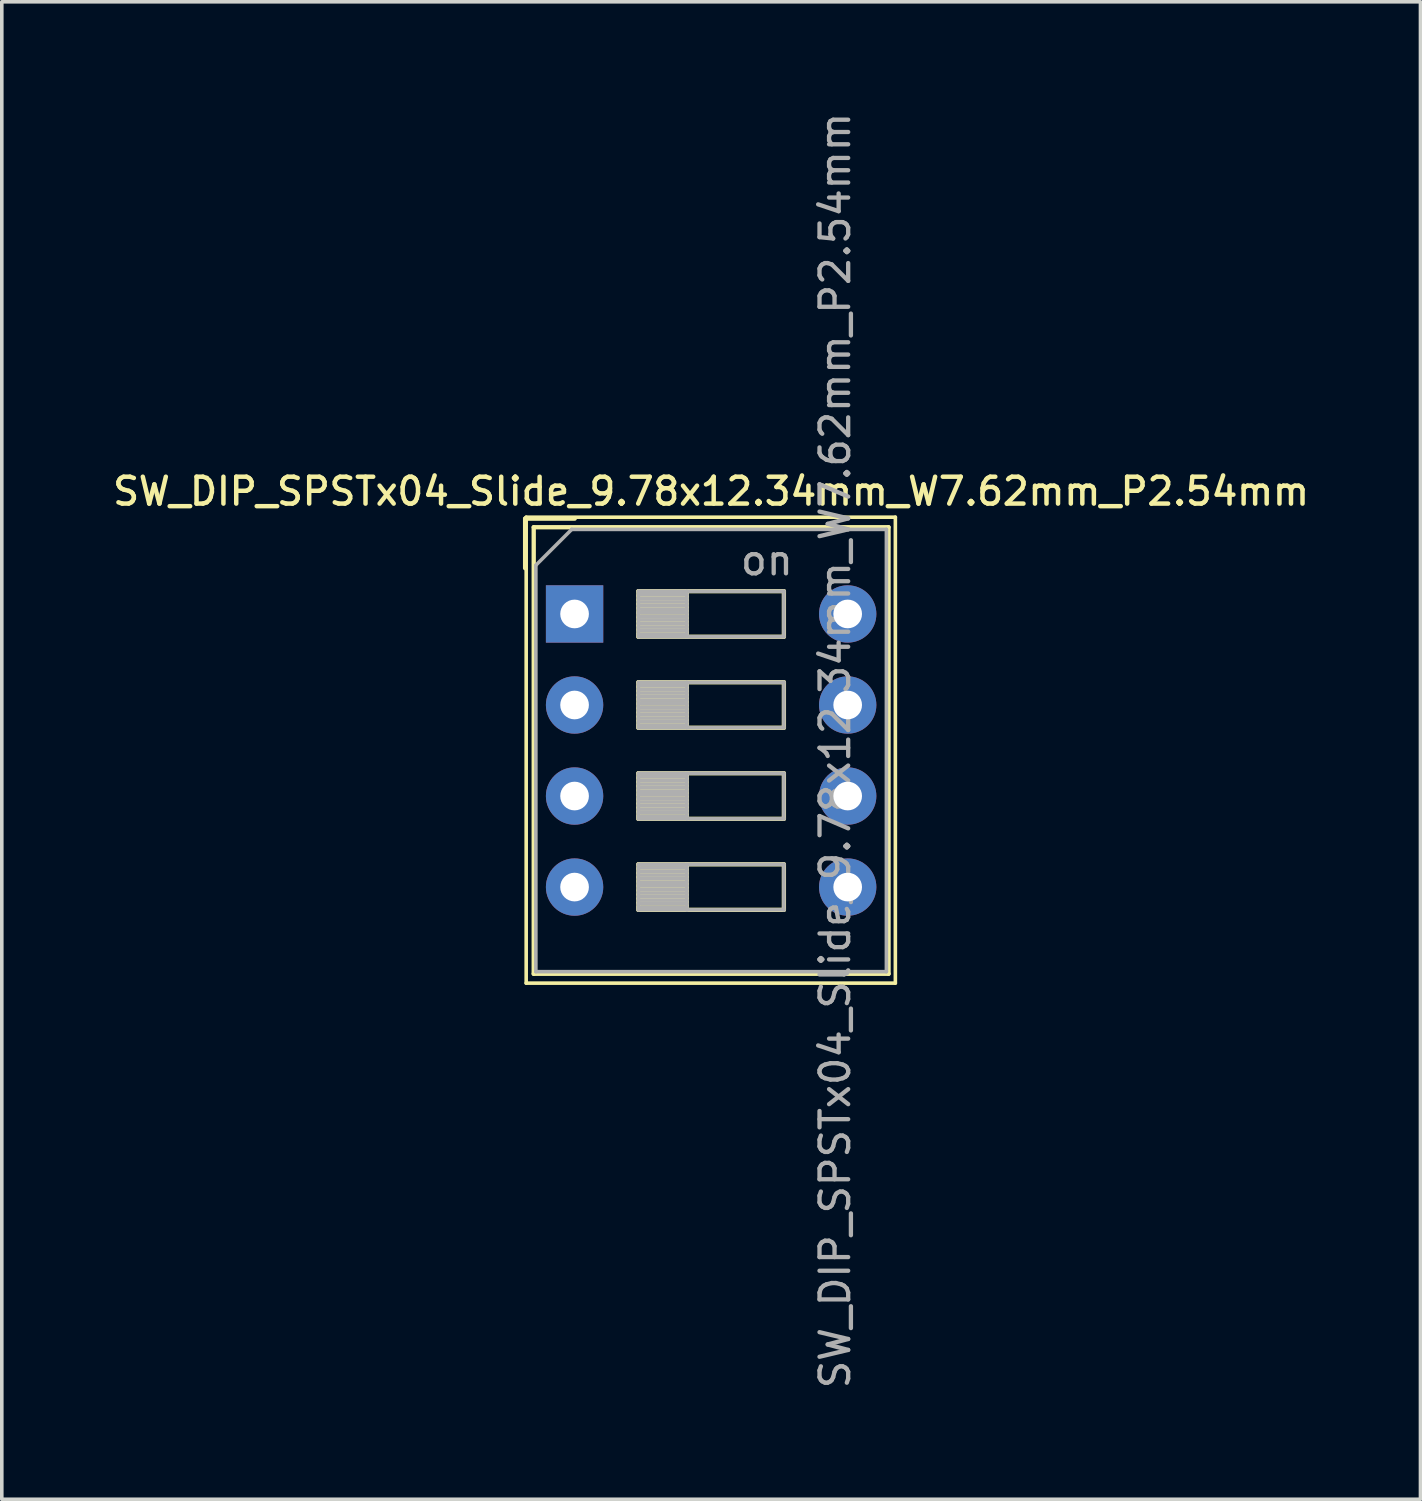
<source format=kicad_pcb>
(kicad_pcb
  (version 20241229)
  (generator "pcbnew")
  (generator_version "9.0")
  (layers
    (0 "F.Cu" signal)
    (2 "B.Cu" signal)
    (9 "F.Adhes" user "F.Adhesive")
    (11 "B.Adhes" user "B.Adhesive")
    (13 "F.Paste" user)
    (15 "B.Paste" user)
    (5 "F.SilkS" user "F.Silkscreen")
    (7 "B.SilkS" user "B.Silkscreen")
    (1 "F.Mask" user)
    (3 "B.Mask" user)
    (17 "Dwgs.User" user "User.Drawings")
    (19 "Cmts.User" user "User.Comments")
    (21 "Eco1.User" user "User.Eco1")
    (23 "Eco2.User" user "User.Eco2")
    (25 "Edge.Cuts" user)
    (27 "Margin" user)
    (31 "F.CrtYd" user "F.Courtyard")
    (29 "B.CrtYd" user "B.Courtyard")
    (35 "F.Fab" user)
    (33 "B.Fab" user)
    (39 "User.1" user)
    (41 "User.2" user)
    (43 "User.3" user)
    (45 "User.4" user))
  (footprint "SW_DIP_SPSTx04_Slide_9.78x12.34mm_W7.62mm_P2.54mm"
    (layer "F.Cu")
    (at 12.981 14.08)
    (property "Reference" "SW_DIP_SPSTx04_Slide_9.78x12.34mm_W7.62mm_P2.54mm" (at 3.81 -3.42 0) (layer "F.SilkS") (effects (font (size 0.75 0.75) (thickness 0.125))))
    (attr through_hole)
    (fp_line (start -1.38 -2.66) (end -1.38 -1.277) (stroke (width 0.12) (type solid)) (layer "F.SilkS"))
    (fp_line (start -1.38 -2.66) (end 0.004 -2.66) (stroke (width 0.12) (type solid)) (layer "F.SilkS"))
    (fp_line (start -1.35 -2.7) (end -1.35 10.3) (stroke (width 0.1) (type solid)) (layer "F.SilkS"))
    (fp_line (start -1.35 10.3) (end 8.95 10.3) (stroke (width 0.1) (type solid)) (layer "F.SilkS"))
    (fp_line (start -1.14 -2.42) (end -1.14 10.04) (stroke (width 0.12) (type solid)) (layer "F.SilkS"))
    (fp_line (start -1.14 -2.42) (end 8.76 -2.42) (stroke (width 0.12) (type solid)) (layer "F.SilkS"))
    (fp_line (start -1.14 10.04) (end 8.76 10.04) (stroke (width 0.12) (type solid)) (layer "F.SilkS"))
    (fp_line (start 1.78 -0.635) (end 1.78 0.635) (stroke (width 0.12) (type solid)) (layer "F.SilkS"))
    (fp_line (start 1.78 -0.515) (end 3.133 -0.515) (stroke (width 0.12) (type solid)) (layer "F.SilkS"))
    (fp_line (start 1.78 -0.395) (end 3.133 -0.395) (stroke (width 0.12) (type solid)) (layer "F.SilkS"))
    (fp_line (start 1.78 -0.275) (end 3.133 -0.275) (stroke (width 0.12) (type solid)) (layer "F.SilkS"))
    (fp_line (start 1.78 -0.155) (end 3.133 -0.155) (stroke (width 0.12) (type solid)) (layer "F.SilkS"))
    (fp_line (start 1.78 -0.035) (end 3.133 -0.035) (stroke (width 0.12) (type solid)) (layer "F.SilkS"))
    (fp_line (start 1.78 0.085) (end 3.133 0.085) (stroke (width 0.12) (type solid)) (layer "F.SilkS"))
    (fp_line (start 1.78 0.205) (end 3.133 0.205) (stroke (width 0.12) (type solid)) (layer "F.SilkS"))
    (fp_line (start 1.78 0.325) (end 3.133 0.325) (stroke (width 0.12) (type solid)) (layer "F.SilkS"))
    (fp_line (start 1.78 0.445) (end 3.133 0.445) (stroke (width 0.12) (type solid)) (layer "F.SilkS"))
    (fp_line (start 1.78 0.565) (end 3.133 0.565) (stroke (width 0.12) (type solid)) (layer "F.SilkS"))
    (fp_line (start 1.78 0.635) (end 5.84 0.635) (stroke (width 0.12) (type solid)) (layer "F.SilkS"))
    (fp_line (start 1.78 1.905) (end 1.78 3.175) (stroke (width 0.12) (type solid)) (layer "F.SilkS"))
    (fp_line (start 1.78 2.025) (end 3.133 2.025) (stroke (width 0.12) (type solid)) (layer "F.SilkS"))
    (fp_line (start 1.78 2.145) (end 3.133 2.145) (stroke (width 0.12) (type solid)) (layer "F.SilkS"))
    (fp_line (start 1.78 2.265) (end 3.133 2.265) (stroke (width 0.12) (type solid)) (layer "F.SilkS"))
    (fp_line (start 1.78 2.385) (end 3.133 2.385) (stroke (width 0.12) (type solid)) (layer "F.SilkS"))
    (fp_line (start 1.78 2.505) (end 3.133 2.505) (stroke (width 0.12) (type solid)) (layer "F.SilkS"))
    (fp_line (start 1.78 2.625) (end 3.133 2.625) (stroke (width 0.12) (type solid)) (layer "F.SilkS"))
    (fp_line (start 1.78 2.745) (end 3.133 2.745) (stroke (width 0.12) (type solid)) (layer "F.SilkS"))
    (fp_line (start 1.78 2.865) (end 3.133 2.865) (stroke (width 0.12) (type solid)) (layer "F.SilkS"))
    (fp_line (start 1.78 2.985) (end 3.133 2.985) (stroke (width 0.12) (type solid)) (layer "F.SilkS"))
    (fp_line (start 1.78 3.105) (end 3.133 3.105) (stroke (width 0.12) (type solid)) (layer "F.SilkS"))
    (fp_line (start 1.78 3.175) (end 5.84 3.175) (stroke (width 0.12) (type solid)) (layer "F.SilkS"))
    (fp_line (start 1.78 4.445) (end 1.78 5.715) (stroke (width 0.12) (type solid)) (layer "F.SilkS"))
    (fp_line (start 1.78 4.565) (end 3.133 4.565) (stroke (width 0.12) (type solid)) (layer "F.SilkS"))
    (fp_line (start 1.78 4.685) (end 3.133 4.685) (stroke (width 0.12) (type solid)) (layer "F.SilkS"))
    (fp_line (start 1.78 4.805) (end 3.133 4.805) (stroke (width 0.12) (type solid)) (layer "F.SilkS"))
    (fp_line (start 1.78 4.925) (end 3.133 4.925) (stroke (width 0.12) (type solid)) (layer "F.SilkS"))
    (fp_line (start 1.78 5.045) (end 3.133 5.045) (stroke (width 0.12) (type solid)) (layer "F.SilkS"))
    (fp_line (start 1.78 5.165) (end 3.133 5.165) (stroke (width 0.12) (type solid)) (layer "F.SilkS"))
    (fp_line (start 1.78 5.285) (end 3.133 5.285) (stroke (width 0.12) (type solid)) (layer "F.SilkS"))
    (fp_line (start 1.78 5.405) (end 3.133 5.405) (stroke (width 0.12) (type solid)) (layer "F.SilkS"))
    (fp_line (start 1.78 5.525) (end 3.133 5.525) (stroke (width 0.12) (type solid)) (layer "F.SilkS"))
    (fp_line (start 1.78 5.645) (end 3.133 5.645) (stroke (width 0.12) (type solid)) (layer "F.SilkS"))
    (fp_line (start 1.78 5.715) (end 5.84 5.715) (stroke (width 0.12) (type solid)) (layer "F.SilkS"))
    (fp_line (start 1.78 6.985) (end 1.78 8.255) (stroke (width 0.12) (type solid)) (layer "F.SilkS"))
    (fp_line (start 1.78 7.105) (end 3.133 7.105) (stroke (width 0.12) (type solid)) (layer "F.SilkS"))
    (fp_line (start 1.78 7.225) (end 3.133 7.225) (stroke (width 0.12) (type solid)) (layer "F.SilkS"))
    (fp_line (start 1.78 7.345) (end 3.133 7.345) (stroke (width 0.12) (type solid)) (layer "F.SilkS"))
    (fp_line (start 1.78 7.465) (end 3.133 7.465) (stroke (width 0.12) (type solid)) (layer "F.SilkS"))
    (fp_line (start 1.78 7.585) (end 3.133 7.585) (stroke (width 0.12) (type solid)) (layer "F.SilkS"))
    (fp_line (start 1.78 7.705) (end 3.133 7.705) (stroke (width 0.12) (type solid)) (layer "F.SilkS"))
    (fp_line (start 1.78 7.825) (end 3.133 7.825) (stroke (width 0.12) (type solid)) (layer "F.SilkS"))
    (fp_line (start 1.78 7.945) (end 3.133 7.945) (stroke (width 0.12) (type solid)) (layer "F.SilkS"))
    (fp_line (start 1.78 8.065) (end 3.133 8.065) (stroke (width 0.12) (type solid)) (layer "F.SilkS"))
    (fp_line (start 1.78 8.185) (end 3.133 8.185) (stroke (width 0.12) (type solid)) (layer "F.SilkS"))
    (fp_line (start 1.78 8.255) (end 5.84 8.255) (stroke (width 0.12) (type solid)) (layer "F.SilkS"))
    (fp_line (start 3.133 -0.635) (end 3.133 0.635) (stroke (width 0.12) (type solid)) (layer "F.SilkS"))
    (fp_line (start 3.133 1.905) (end 3.133 3.175) (stroke (width 0.12) (type solid)) (layer "F.SilkS"))
    (fp_line (start 3.133 4.445) (end 3.133 5.715) (stroke (width 0.12) (type solid)) (layer "F.SilkS"))
    (fp_line (start 3.133 6.985) (end 3.133 8.255) (stroke (width 0.12) (type solid)) (layer "F.SilkS"))
    (fp_line (start 5.84 -0.635) (end 1.78 -0.635) (stroke (width 0.12) (type solid)) (layer "F.SilkS"))
    (fp_line (start 5.84 0.635) (end 5.84 -0.635) (stroke (width 0.12) (type solid)) (layer "F.SilkS"))
    (fp_line (start 5.84 1.905) (end 1.78 1.905) (stroke (width 0.12) (type solid)) (layer "F.SilkS"))
    (fp_line (start 5.84 3.175) (end 5.84 1.905) (stroke (width 0.12) (type solid)) (layer "F.SilkS"))
    (fp_line (start 5.84 4.445) (end 1.78 4.445) (stroke (width 0.12) (type solid)) (layer "F.SilkS"))
    (fp_line (start 5.84 5.715) (end 5.84 4.445) (stroke (width 0.12) (type solid)) (layer "F.SilkS"))
    (fp_line (start 5.84 6.985) (end 1.78 6.985) (stroke (width 0.12) (type solid)) (layer "F.SilkS"))
    (fp_line (start 5.84 8.255) (end 5.84 6.985) (stroke (width 0.12) (type solid)) (layer "F.SilkS"))
    (fp_line (start 8.76 -2.42) (end 8.76 10.04) (stroke (width 0.12) (type solid)) (layer "F.SilkS"))
    (fp_line (start 8.95 -2.7) (end -1.35 -2.7) (stroke (width 0.1) (type solid)) (layer "F.SilkS"))
    (fp_line (start 8.95 10.3) (end 8.95 -2.7) (stroke (width 0.1) (type solid)) (layer "F.SilkS"))
    (fp_line (start -1.08 -1.36) (end -0.08 -2.36) (stroke (width 0.1) (type solid)) (layer "F.Fab"))
    (fp_line (start -1.08 9.98) (end -1.08 -1.36) (stroke (width 0.1) (type solid)) (layer "F.Fab"))
    (fp_line (start -0.08 -2.36) (end 8.7 -2.36) (stroke (width 0.1) (type solid)) (layer "F.Fab"))
    (fp_line (start 1.78 -0.635) (end 1.78 0.635) (stroke (width 0.1) (type solid)) (layer "F.Fab"))
    (fp_line (start 1.78 -0.535) (end 3.133 -0.535) (stroke (width 0.1) (type solid)) (layer "F.Fab"))
    (fp_line (start 1.78 -0.435) (end 3.133 -0.435) (stroke (width 0.1) (type solid)) (layer "F.Fab"))
    (fp_line (start 1.78 -0.335) (end 3.133 -0.335) (stroke (width 0.1) (type solid)) (layer "F.Fab"))
    (fp_line (start 1.78 -0.235) (end 3.133 -0.235) (stroke (width 0.1) (type solid)) (layer "F.Fab"))
    (fp_line (start 1.78 -0.135) (end 3.133 -0.135) (stroke (width 0.1) (type solid)) (layer "F.Fab"))
    (fp_line (start 1.78 -0.035) (end 3.133 -0.035) (stroke (width 0.1) (type solid)) (layer "F.Fab"))
    (fp_line (start 1.78 0.065) (end 3.133 0.065) (stroke (width 0.1) (type solid)) (layer "F.Fab"))
    (fp_line (start 1.78 0.165) (end 3.133 0.165) (stroke (width 0.1) (type solid)) (layer "F.Fab"))
    (fp_line (start 1.78 0.265) (end 3.133 0.265) (stroke (width 0.1) (type solid)) (layer "F.Fab"))
    (fp_line (start 1.78 0.365) (end 3.133 0.365) (stroke (width 0.1) (type solid)) (layer "F.Fab"))
    (fp_line (start 1.78 0.465) (end 3.133 0.465) (stroke (width 0.1) (type solid)) (layer "F.Fab"))
    (fp_line (start 1.78 0.565) (end 3.133 0.565) (stroke (width 0.1) (type solid)) (layer "F.Fab"))
    (fp_line (start 1.78 0.635) (end 5.84 0.635) (stroke (width 0.1) (type solid)) (layer "F.Fab"))
    (fp_line (start 1.78 1.905) (end 1.78 3.175) (stroke (width 0.1) (type solid)) (layer "F.Fab"))
    (fp_line (start 1.78 2.005) (end 3.133 2.005) (stroke (width 0.1) (type solid)) (layer "F.Fab"))
    (fp_line (start 1.78 2.105) (end 3.133 2.105) (stroke (width 0.1) (type solid)) (layer "F.Fab"))
    (fp_line (start 1.78 2.205) (end 3.133 2.205) (stroke (width 0.1) (type solid)) (layer "F.Fab"))
    (fp_line (start 1.78 2.305) (end 3.133 2.305) (stroke (width 0.1) (type solid)) (layer "F.Fab"))
    (fp_line (start 1.78 2.405) (end 3.133 2.405) (stroke (width 0.1) (type solid)) (layer "F.Fab"))
    (fp_line (start 1.78 2.505) (end 3.133 2.505) (stroke (width 0.1) (type solid)) (layer "F.Fab"))
    (fp_line (start 1.78 2.605) (end 3.133 2.605) (stroke (width 0.1) (type solid)) (layer "F.Fab"))
    (fp_line (start 1.78 2.705) (end 3.133 2.705) (stroke (width 0.1) (type solid)) (layer "F.Fab"))
    (fp_line (start 1.78 2.805) (end 3.133 2.805) (stroke (width 0.1) (type solid)) (layer "F.Fab"))
    (fp_line (start 1.78 2.905) (end 3.133 2.905) (stroke (width 0.1) (type solid)) (layer "F.Fab"))
    (fp_line (start 1.78 3.005) (end 3.133 3.005) (stroke (width 0.1) (type solid)) (layer "F.Fab"))
    (fp_line (start 1.78 3.105) (end 3.133 3.105) (stroke (width 0.1) (type solid)) (layer "F.Fab"))
    (fp_line (start 1.78 3.175) (end 5.84 3.175) (stroke (width 0.1) (type solid)) (layer "F.Fab"))
    (fp_line (start 1.78 4.445) (end 1.78 5.715) (stroke (width 0.1) (type solid)) (layer "F.Fab"))
    (fp_line (start 1.78 4.545) (end 3.133 4.545) (stroke (width 0.1) (type solid)) (layer "F.Fab"))
    (fp_line (start 1.78 4.645) (end 3.133 4.645) (stroke (width 0.1) (type solid)) (layer "F.Fab"))
    (fp_line (start 1.78 4.745) (end 3.133 4.745) (stroke (width 0.1) (type solid)) (layer "F.Fab"))
    (fp_line (start 1.78 4.845) (end 3.133 4.845) (stroke (width 0.1) (type solid)) (layer "F.Fab"))
    (fp_line (start 1.78 4.945) (end 3.133 4.945) (stroke (width 0.1) (type solid)) (layer "F.Fab"))
    (fp_line (start 1.78 5.045) (end 3.133 5.045) (stroke (width 0.1) (type solid)) (layer "F.Fab"))
    (fp_line (start 1.78 5.145) (end 3.133 5.145) (stroke (width 0.1) (type solid)) (layer "F.Fab"))
    (fp_line (start 1.78 5.245) (end 3.133 5.245) (stroke (width 0.1) (type solid)) (layer "F.Fab"))
    (fp_line (start 1.78 5.345) (end 3.133 5.345) (stroke (width 0.1) (type solid)) (layer "F.Fab"))
    (fp_line (start 1.78 5.445) (end 3.133 5.445) (stroke (width 0.1) (type solid)) (layer "F.Fab"))
    (fp_line (start 1.78 5.545) (end 3.133 5.545) (stroke (width 0.1) (type solid)) (layer "F.Fab"))
    (fp_line (start 1.78 5.645) (end 3.133 5.645) (stroke (width 0.1) (type solid)) (layer "F.Fab"))
    (fp_line (start 1.78 5.715) (end 5.84 5.715) (stroke (width 0.1) (type solid)) (layer "F.Fab"))
    (fp_line (start 1.78 6.985) (end 1.78 8.255) (stroke (width 0.1) (type solid)) (layer "F.Fab"))
    (fp_line (start 1.78 7.085) (end 3.133 7.085) (stroke (width 0.1) (type solid)) (layer "F.Fab"))
    (fp_line (start 1.78 7.185) (end 3.133 7.185) (stroke (width 0.1) (type solid)) (layer "F.Fab"))
    (fp_line (start 1.78 7.285) (end 3.133 7.285) (stroke (width 0.1) (type solid)) (layer "F.Fab"))
    (fp_line (start 1.78 7.385) (end 3.133 7.385) (stroke (width 0.1) (type solid)) (layer "F.Fab"))
    (fp_line (start 1.78 7.485) (end 3.133 7.485) (stroke (width 0.1) (type solid)) (layer "F.Fab"))
    (fp_line (start 1.78 7.585) (end 3.133 7.585) (stroke (width 0.1) (type solid)) (layer "F.Fab"))
    (fp_line (start 1.78 7.685) (end 3.133 7.685) (stroke (width 0.1) (type solid)) (layer "F.Fab"))
    (fp_line (start 1.78 7.785) (end 3.133 7.785) (stroke (width 0.1) (type solid)) (layer "F.Fab"))
    (fp_line (start 1.78 7.885) (end 3.133 7.885) (stroke (width 0.1) (type solid)) (layer "F.Fab"))
    (fp_line (start 1.78 7.985) (end 3.133 7.985) (stroke (width 0.1) (type solid)) (layer "F.Fab"))
    (fp_line (start 1.78 8.085) (end 3.133 8.085) (stroke (width 0.1) (type solid)) (layer "F.Fab"))
    (fp_line (start 1.78 8.185) (end 3.133 8.185) (stroke (width 0.1) (type solid)) (layer "F.Fab"))
    (fp_line (start 1.78 8.255) (end 5.84 8.255) (stroke (width 0.1) (type solid)) (layer "F.Fab"))
    (fp_line (start 3.133 -0.635) (end 3.133 0.635) (stroke (width 0.1) (type solid)) (layer "F.Fab"))
    (fp_line (start 3.133 1.905) (end 3.133 3.175) (stroke (width 0.1) (type solid)) (layer "F.Fab"))
    (fp_line (start 3.133 4.445) (end 3.133 5.715) (stroke (width 0.1) (type solid)) (layer "F.Fab"))
    (fp_line (start 3.133 6.985) (end 3.133 8.255) (stroke (width 0.1) (type solid)) (layer "F.Fab"))
    (fp_line (start 5.84 -0.635) (end 1.78 -0.635) (stroke (width 0.1) (type solid)) (layer "F.Fab"))
    (fp_line (start 5.84 0.635) (end 5.84 -0.635) (stroke (width 0.1) (type solid)) (layer "F.Fab"))
    (fp_line (start 5.84 1.905) (end 1.78 1.905) (stroke (width 0.1) (type solid)) (layer "F.Fab"))
    (fp_line (start 5.84 3.175) (end 5.84 1.905) (stroke (width 0.1) (type solid)) (layer "F.Fab"))
    (fp_line (start 5.84 4.445) (end 1.78 4.445) (stroke (width 0.1) (type solid)) (layer "F.Fab"))
    (fp_line (start 5.84 5.715) (end 5.84 4.445) (stroke (width 0.1) (type solid)) (layer "F.Fab"))
    (fp_line (start 5.84 6.985) (end 1.78 6.985) (stroke (width 0.1) (type solid)) (layer "F.Fab"))
    (fp_line (start 5.84 8.255) (end 5.84 6.985) (stroke (width 0.1) (type solid)) (layer "F.Fab"))
    (fp_line (start 8.7 -2.36) (end 8.7 9.98) (stroke (width 0.1) (type solid)) (layer "F.Fab"))
    (fp_line (start 8.7 9.98) (end -1.08 9.98) (stroke (width 0.1) (type solid)) (layer "F.Fab"))
    (fp_text user "on" (at 5.365 -1.498 0) (layer "F.Fab") (effects (font (size 0.8 0.8) (thickness 0.12))))
    (fp_text user "${REFERENCE}" (at 7.27 3.81 90) (layer "F.Fab") (effects (font (size 0.8 0.8) (thickness 0.12))))
    (pad "1" thru_hole rect (at 0 0) (size 1.6 1.6) (drill 0.8) (layers "*.Cu" "*.Mask"))
    (pad "2" thru_hole oval (at 0 2.54) (size 1.6 1.6) (drill 0.8) (layers "*.Cu" "*.Mask"))
    (pad "3" thru_hole oval (at 0 5.08) (size 1.6 1.6) (drill 0.8) (layers "*.Cu" "*.Mask"))
    (pad "4" thru_hole oval (at 0 7.62) (size 1.6 1.6) (drill 0.8) (layers "*.Cu" "*.Mask"))
    (pad "5" thru_hole oval (at 7.62 7.62) (size 1.6 1.6) (drill 0.8) (layers "*.Cu" "*.Mask"))
    (pad "6" thru_hole oval (at 7.62 5.08) (size 1.6 1.6) (drill 0.8) (layers "*.Cu" "*.Mask"))
    (pad "7" thru_hole oval (at 7.62 2.54) (size 1.6 1.6) (drill 0.8) (layers "*.Cu" "*.Mask"))
    (pad "8" thru_hole oval (at 7.62 0) (size 1.6 1.6) (drill 0.8) (layers "*.Cu" "*.Mask")))
  (gr_rect
    (start -3 -3)
    (end 36.582 38.781)
    (stroke (width 0.1) (type default))
    (fill no)
    (layer "Edge.Cuts")))
</source>
